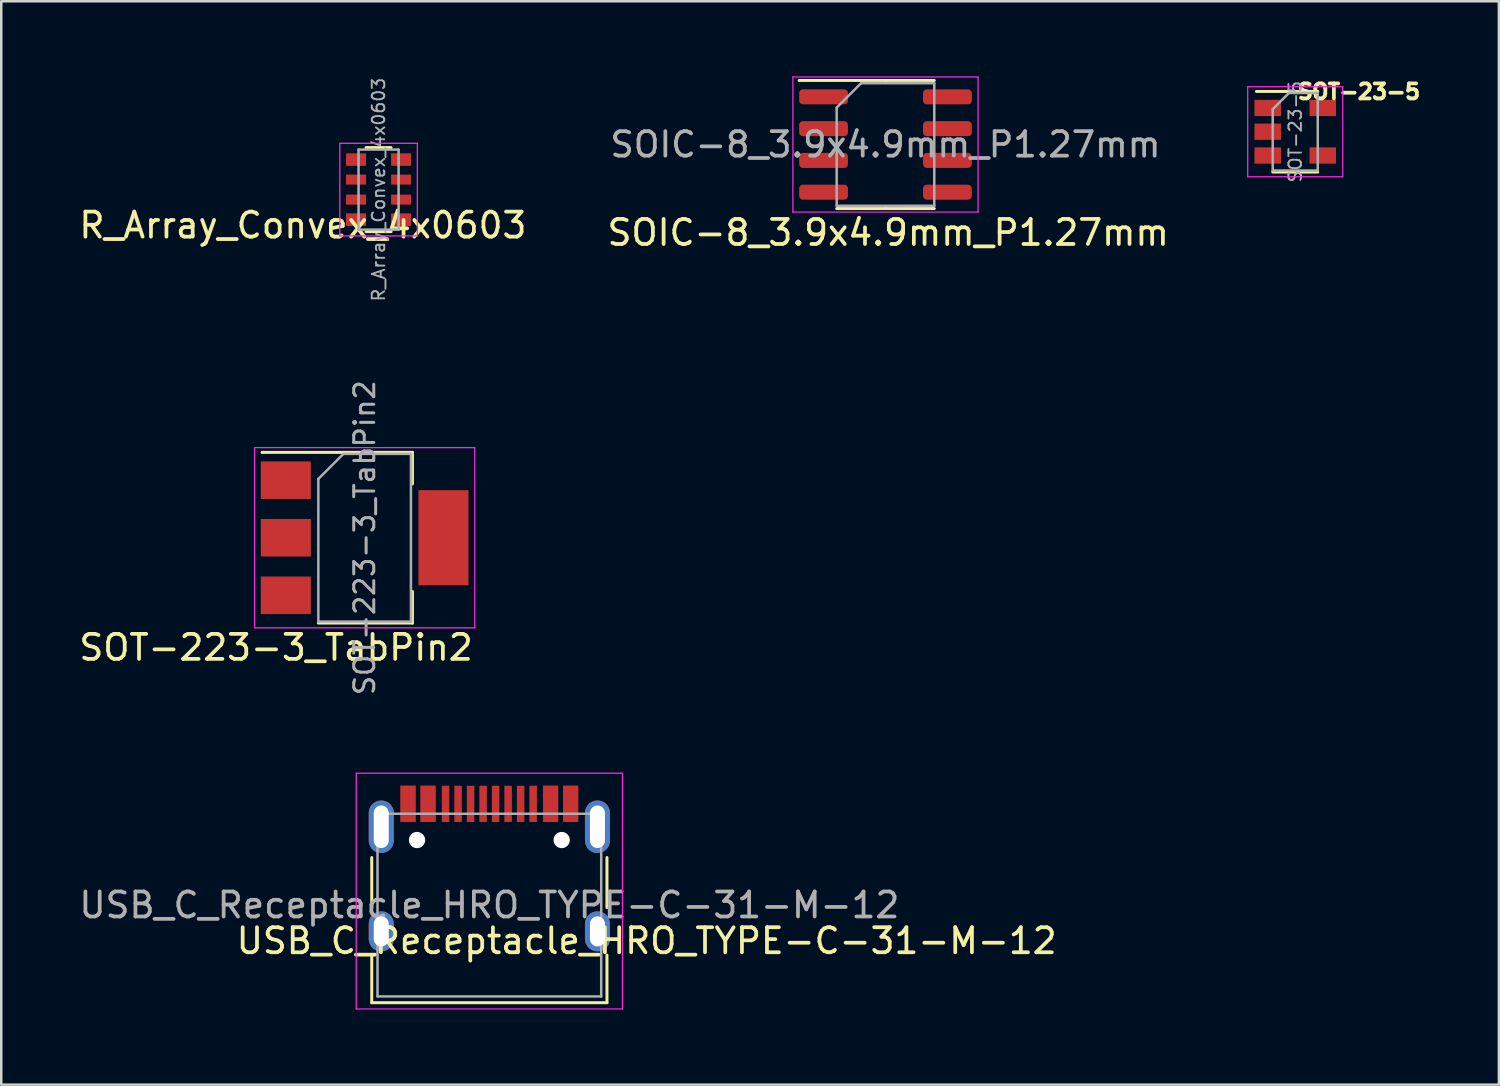
<source format=kicad_pcb>
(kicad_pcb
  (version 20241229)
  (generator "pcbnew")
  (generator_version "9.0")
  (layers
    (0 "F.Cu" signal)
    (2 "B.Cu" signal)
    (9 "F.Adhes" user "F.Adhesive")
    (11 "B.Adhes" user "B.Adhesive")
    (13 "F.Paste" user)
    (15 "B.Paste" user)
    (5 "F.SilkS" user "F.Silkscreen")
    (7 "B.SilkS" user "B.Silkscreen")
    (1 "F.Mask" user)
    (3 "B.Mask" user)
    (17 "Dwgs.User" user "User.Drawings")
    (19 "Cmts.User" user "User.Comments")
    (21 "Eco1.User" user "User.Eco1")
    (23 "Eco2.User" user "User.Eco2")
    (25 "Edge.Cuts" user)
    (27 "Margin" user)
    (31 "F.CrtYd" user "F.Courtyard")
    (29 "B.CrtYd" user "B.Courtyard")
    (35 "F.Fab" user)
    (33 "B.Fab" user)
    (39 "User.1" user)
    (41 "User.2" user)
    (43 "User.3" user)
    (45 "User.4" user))
  (footprint "R_Array_Convex_4x0603"
    (layer "F.Cu")
    (at 12.079 4.527)
    (property "Reference" "R_Array_Convex_4x0603" (at -3.025 1.425 0) (layer "F.SilkS") (effects (font (size 1 1) (thickness 0.15))))
    (attr smd)
    (fp_line (start 0.5 -1.68) (end -0.5 -1.68) (stroke (width 0.12) (type solid)) (layer "F.SilkS"))
    (fp_line (start 0.5 1.68) (end -0.5 1.68) (stroke (width 0.12) (type solid)) (layer "F.SilkS"))
    (fp_line (start -1.55 -1.85) (end -1.55 1.85) (stroke (width 0.05) (type solid)) (layer "F.CrtYd"))
    (fp_line (start -1.55 -1.85) (end 1.55 -1.85) (stroke (width 0.05) (type solid)) (layer "F.CrtYd"))
    (fp_line (start 1.55 1.85) (end -1.55 1.85) (stroke (width 0.05) (type solid)) (layer "F.CrtYd"))
    (fp_line (start 1.55 1.85) (end 1.55 -1.85) (stroke (width 0.05) (type solid)) (layer "F.CrtYd"))
    (fp_line (start -0.8 -1.6) (end 0.8 -1.6) (stroke (width 0.1) (type solid)) (layer "F.Fab"))
    (fp_line (start -0.8 1.6) (end -0.8 -1.6) (stroke (width 0.1) (type solid)) (layer "F.Fab"))
    (fp_line (start 0.8 -1.6) (end 0.8 1.6) (stroke (width 0.1) (type solid)) (layer "F.Fab"))
    (fp_line (start 0.8 1.6) (end -0.8 1.6) (stroke (width 0.1) (type solid)) (layer "F.Fab"))
    (fp_text user "${REFERENCE}" (at 0 0 270) (layer "F.Fab") (effects (font (size 0.5 0.5) (thickness 0.075))))
    (pad "1" smd rect (at -0.9 -1.2) (size 0.8 0.5) (layers "F.Cu" "F.Mask" "F.Paste"))
    (pad "2" smd rect (at -0.9 -0.4) (size 0.8 0.4) (layers "F.Cu" "F.Mask" "F.Paste"))
    (pad "3" smd rect (at -0.9 0.4) (size 0.8 0.4) (layers "F.Cu" "F.Mask" "F.Paste"))
    (pad "4" smd rect (at -0.9 1.2) (size 0.8 0.5) (layers "F.Cu" "F.Mask" "F.Paste"))
    (pad "5" smd rect (at 0.9 1.2) (size 0.8 0.5) (layers "F.Cu" "F.Mask" "F.Paste"))
    (pad "6" smd rect (at 0.9 0.4) (size 0.8 0.4) (layers "F.Cu" "F.Mask" "F.Paste"))
    (pad "7" smd rect (at 0.9 -0.4) (size 0.8 0.4) (layers "F.Cu" "F.Mask" "F.Paste"))
    (pad "8" smd rect (at 0.9 -1.2) (size 0.8 0.5) (layers "F.Cu" "F.Mask" "F.Paste")))
  (footprint "USB_C_Receptacle_HRO_TYPE-C-31-M-12"
    (layer "F.Cu")
    (at 16.506 33.12)
    (property "Reference" "USB_C_Receptacle_HRO_TYPE-C-31-M-12" (at 6.285 1.43 180) (layer "F.SilkS") (effects (font (size 1 1) (thickness 0.15))))
    (attr smd)
    (fp_line (start -4.7 -1.9) (end -4.7 0.1) (stroke (width 0.12) (type solid)) (layer "F.SilkS"))
    (fp_line (start -4.7 2) (end -4.7 3.9) (stroke (width 0.12) (type solid)) (layer "F.SilkS"))
    (fp_line (start -4.7 3.9) (end 4.7 3.9) (stroke (width 0.12) (type solid)) (layer "F.SilkS"))
    (fp_line (start 4.7 -1.9) (end 4.7 0.1) (stroke (width 0.12) (type solid)) (layer "F.SilkS"))
    (fp_line (start 4.7 2) (end 4.7 3.9) (stroke (width 0.12) (type solid)) (layer "F.SilkS"))
    (fp_line (start -5.32 -5.27) (end -5.32 4.15) (stroke (width 0.05) (type solid)) (layer "F.CrtYd"))
    (fp_line (start -5.32 -5.27) (end 5.32 -5.27) (stroke (width 0.05) (type solid)) (layer "F.CrtYd"))
    (fp_line (start -5.32 4.15) (end 5.32 4.15) (stroke (width 0.05) (type solid)) (layer "F.CrtYd"))
    (fp_line (start 5.32 -5.27) (end 5.32 4.15) (stroke (width 0.05) (type solid)) (layer "F.CrtYd"))
    (fp_line (start -4.47 -3.65) (end -4.47 3.65) (stroke (width 0.1) (type solid)) (layer "F.Fab"))
    (fp_line (start -4.47 -3.65) (end 4.47 -3.65) (stroke (width 0.1) (type solid)) (layer "F.Fab"))
    (fp_line (start -4.47 3.65) (end 4.47 3.65) (stroke (width 0.1) (type solid)) (layer "F.Fab"))
    (fp_line (start 4.47 -3.65) (end 4.47 3.65) (stroke (width 0.1) (type solid)) (layer "F.Fab"))
    (fp_text user "${REFERENCE}" (at 0 0 180) (layer "F.Fab") (effects (font (size 1 1) (thickness 0.15))))
    (pad "" np_thru_hole circle (at -2.89 -2.6) (size 0.65 0.65) (drill 0.65) (layers "*.Cu" "*.Mask"))
    (pad "" np_thru_hole circle (at 2.89 -2.6) (size 0.65 0.65) (drill 0.65) (layers "*.Cu" "*.Mask"))
    (pad "A1" smd rect (at -3.25 -4.045) (size 0.6 1.45) (layers "F.Cu" "F.Mask" "F.Paste"))
    (pad "A4" smd rect (at -2.45 -4.045) (size 0.6 1.45) (layers "F.Cu" "F.Mask" "F.Paste"))
    (pad "A5" smd rect (at -1.25 -4.045) (size 0.3 1.45) (layers "F.Cu" "F.Mask" "F.Paste"))
    (pad "A6" smd rect (at -0.25 -4.045) (size 0.3 1.45) (layers "F.Cu" "F.Mask" "F.Paste"))
    (pad "A7" smd rect (at 0.25 -4.045) (size 0.3 1.45) (layers "F.Cu" "F.Mask" "F.Paste"))
    (pad "A8" smd rect (at 1.25 -4.045) (size 0.3 1.45) (layers "F.Cu" "F.Mask" "F.Paste"))
    (pad "A9" smd rect (at 2.45 -4.045) (size 0.6 1.45) (layers "F.Cu" "F.Mask" "F.Paste"))
    (pad "A12" smd rect (at 3.25 -4.045) (size 0.6 1.45) (layers "F.Cu" "F.Mask" "F.Paste"))
    (pad "B1" smd rect (at 3.25 -4.045) (size 0.6 1.45) (layers "F.Cu" "F.Mask" "F.Paste"))
    (pad "B4" smd rect (at 2.45 -4.045) (size 0.6 1.45) (layers "F.Cu" "F.Mask" "F.Paste"))
    (pad "B5" smd rect (at 1.75 -4.045) (size 0.3 1.45) (layers "F.Cu" "F.Mask" "F.Paste"))
    (pad "B6" smd rect (at 0.75 -4.045) (size 0.3 1.45) (layers "F.Cu" "F.Mask" "F.Paste"))
    (pad "B7" smd rect (at -0.75 -4.045) (size 0.3 1.45) (layers "F.Cu" "F.Mask" "F.Paste"))
    (pad "B8" smd rect (at -1.75 -4.045) (size 0.3 1.45) (layers "F.Cu" "F.Mask" "F.Paste"))
    (pad "B9" smd rect (at -2.45 -4.045) (size 0.6 1.45) (layers "F.Cu" "F.Mask" "F.Paste"))
    (pad "B12" smd rect (at -3.25 -4.045) (size 0.6 1.45) (layers "F.Cu" "F.Mask" "F.Paste"))
    (pad "S1" thru_hole oval (at -4.32 -3.13) (size 1 2.1) (drill oval 0.6 1.7) (layers "*.Cu" "*.Mask"))
    (pad "S1" thru_hole oval (at -4.32 1.05) (size 1 1.6) (drill oval 0.6 1.2) (layers "*.Cu" "*.Mask"))
    (pad "S1" thru_hole oval (at 4.32 -3.13) (size 1 2.1) (drill oval 0.6 1.7) (layers "*.Cu" "*.Mask"))
    (pad "S1" thru_hole oval (at 4.32 1.05) (size 1 1.6) (drill oval 0.6 1.2) (layers "*.Cu" "*.Mask")))
  (footprint "SOIC-8_3.9x4.9mm_P1.27mm"
    (layer "F.Cu")
    (at 32.336 2.725)
    (property "Reference" "SOIC-8_3.9x4.9mm_P1.27mm" (at 0.11 3.52 180) (layer "F.SilkS") (effects (font (size 1 1) (thickness 0.15))))
    (attr smd)
    (fp_line (start 0 -2.56) (end -3.45 -2.56) (stroke (width 0.12) (type solid)) (layer "F.SilkS"))
    (fp_line (start 0 -2.56) (end 1.95 -2.56) (stroke (width 0.12) (type solid)) (layer "F.SilkS"))
    (fp_line (start 0 2.56) (end -1.95 2.56) (stroke (width 0.12) (type solid)) (layer "F.SilkS"))
    (fp_line (start 0 2.56) (end 1.95 2.56) (stroke (width 0.12) (type solid)) (layer "F.SilkS"))
    (fp_line (start -3.7 -2.7) (end -3.7 2.7) (stroke (width 0.05) (type solid)) (layer "F.CrtYd"))
    (fp_line (start -3.7 2.7) (end 3.7 2.7) (stroke (width 0.05) (type solid)) (layer "F.CrtYd"))
    (fp_line (start 3.7 -2.7) (end -3.7 -2.7) (stroke (width 0.05) (type solid)) (layer "F.CrtYd"))
    (fp_line (start 3.7 2.7) (end 3.7 -2.7) (stroke (width 0.05) (type solid)) (layer "F.CrtYd"))
    (fp_line (start -1.95 -1.475) (end -0.975 -2.45) (stroke (width 0.1) (type solid)) (layer "F.Fab"))
    (fp_line (start -1.95 2.45) (end -1.95 -1.475) (stroke (width 0.1) (type solid)) (layer "F.Fab"))
    (fp_line (start -0.975 -2.45) (end 1.95 -2.45) (stroke (width 0.1) (type solid)) (layer "F.Fab"))
    (fp_line (start 1.95 -2.45) (end 1.95 2.45) (stroke (width 0.1) (type solid)) (layer "F.Fab"))
    (fp_line (start 1.95 2.45) (end -1.95 2.45) (stroke (width 0.1) (type solid)) (layer "F.Fab"))
    (fp_text user "${REFERENCE}" (at 0 0 180) (layer "F.Fab") (effects (font (size 0.98 0.98) (thickness 0.15))))
    (pad "1" smd roundrect (at -2.475 -1.905) (size 1.95 0.6) (layers "F.Cu" "F.Mask" "F.Paste") (roundrect_rratio 0.25))
    (pad "2" smd roundrect (at -2.475 -0.635) (size 1.95 0.6) (layers "F.Cu" "F.Mask" "F.Paste") (roundrect_rratio 0.25))
    (pad "3" smd roundrect (at -2.475 0.635) (size 1.95 0.6) (layers "F.Cu" "F.Mask" "F.Paste") (roundrect_rratio 0.25))
    (pad "4" smd roundrect (at -2.475 1.905) (size 1.95 0.6) (layers "F.Cu" "F.Mask" "F.Paste") (roundrect_rratio 0.25))
    (pad "5" smd roundrect (at 2.475 1.905) (size 1.95 0.6) (layers "F.Cu" "F.Mask" "F.Paste") (roundrect_rratio 0.25))
    (pad "6" smd roundrect (at 2.475 0.635) (size 1.95 0.6) (layers "F.Cu" "F.Mask" "F.Paste") (roundrect_rratio 0.25))
    (pad "7" smd roundrect (at 2.475 -0.635) (size 1.95 0.6) (layers "F.Cu" "F.Mask" "F.Paste") (roundrect_rratio 0.25))
    (pad "8" smd roundrect (at 2.475 -1.905) (size 1.95 0.6) (layers "F.Cu" "F.Mask" "F.Paste") (roundrect_rratio 0.25)))
  (footprint "SOT-23-5"
    (layer "F.Cu")
    (at 48.711 2.214)
    (property "Reference" "SOT-23-5" (at 2.545 -1.6 180) (layer "F.SilkS") (effects (font (size 0.6 0.6) (thickness 0.15))))
    (attr smd)
    (fp_line (start -0.9 1.61) (end 0.9 1.61) (stroke (width 0.12) (type solid)) (layer "F.SilkS"))
    (fp_line (start 0.9 -1.61) (end -1.55 -1.61) (stroke (width 0.12) (type solid)) (layer "F.SilkS"))
    (fp_line (start -1.9 -1.8) (end 1.9 -1.8) (stroke (width 0.05) (type solid)) (layer "F.CrtYd"))
    (fp_line (start -1.9 1.8) (end -1.9 -1.8) (stroke (width 0.05) (type solid)) (layer "F.CrtYd"))
    (fp_line (start 1.9 -1.8) (end 1.9 1.8) (stroke (width 0.05) (type solid)) (layer "F.CrtYd"))
    (fp_line (start 1.9 1.8) (end -1.9 1.8) (stroke (width 0.05) (type solid)) (layer "F.CrtYd"))
    (fp_line (start -0.9 -0.9) (end -0.9 1.55) (stroke (width 0.1) (type solid)) (layer "F.Fab"))
    (fp_line (start -0.9 -0.9) (end -0.25 -1.55) (stroke (width 0.1) (type solid)) (layer "F.Fab"))
    (fp_line (start 0.9 -1.55) (end -0.25 -1.55) (stroke (width 0.1) (type solid)) (layer "F.Fab"))
    (fp_line (start 0.9 -1.55) (end 0.9 1.55) (stroke (width 0.1) (type solid)) (layer "F.Fab"))
    (fp_line (start 0.9 1.55) (end -0.9 1.55) (stroke (width 0.1) (type solid)) (layer "F.Fab"))
    (fp_text user "${REFERENCE}" (at 0 0 270) (layer "F.Fab") (effects (font (size 0.5 0.5) (thickness 0.075))))
    (pad "1" smd rect (at -1.1 -0.95) (size 1.06 0.65) (layers "F.Cu" "F.Mask" "F.Paste"))
    (pad "2" smd rect (at -1.1 0) (size 1.06 0.65) (layers "F.Cu" "F.Mask" "F.Paste"))
    (pad "3" smd rect (at -1.1 0.95) (size 1.06 0.65) (layers "F.Cu" "F.Mask" "F.Paste"))
    (pad "4" smd rect (at 1.1 0.95) (size 1.06 0.65) (layers "F.Cu" "F.Mask" "F.Paste"))
    (pad "5" smd rect (at 1.1 -0.95) (size 1.06 0.65) (layers "F.Cu" "F.Mask" "F.Paste")))
  (footprint "SOT-223-3_TabPin2"
    (layer "F.Cu")
    (at 11.522 18.439)
    (property "Reference" "SOT-223-3_TabPin2" (at -3.54 4.387 180) (layer "F.SilkS") (effects (font (size 1 1) (thickness 0.15))))
    (attr smd)
    (fp_line (start -4.1 -3.41) (end 1.91 -3.41) (stroke (width 0.12) (type solid)) (layer "F.SilkS"))
    (fp_line (start -1.85 3.41) (end 1.91 3.41) (stroke (width 0.12) (type solid)) (layer "F.SilkS"))
    (fp_line (start 1.91 -3.41) (end 1.91 -2.15) (stroke (width 0.12) (type solid)) (layer "F.SilkS"))
    (fp_line (start 1.91 3.41) (end 1.91 2.15) (stroke (width 0.12) (type solid)) (layer "F.SilkS"))
    (fp_line (start -4.4 -3.6) (end -4.4 3.6) (stroke (width 0.05) (type solid)) (layer "F.CrtYd"))
    (fp_line (start -4.4 3.6) (end 4.4 3.6) (stroke (width 0.05) (type solid)) (layer "F.CrtYd"))
    (fp_line (start 4.4 -3.6) (end -4.4 -3.6) (stroke (width 0.05) (type solid)) (layer "F.CrtYd"))
    (fp_line (start 4.4 3.6) (end 4.4 -3.6) (stroke (width 0.05) (type solid)) (layer "F.CrtYd"))
    (fp_line (start -1.85 -2.35) (end -1.85 3.35) (stroke (width 0.1) (type solid)) (layer "F.Fab"))
    (fp_line (start -1.85 -2.35) (end -0.85 -3.35) (stroke (width 0.1) (type solid)) (layer "F.Fab"))
    (fp_line (start -1.85 3.35) (end 1.85 3.35) (stroke (width 0.1) (type solid)) (layer "F.Fab"))
    (fp_line (start -0.85 -3.35) (end 1.85 -3.35) (stroke (width 0.1) (type solid)) (layer "F.Fab"))
    (fp_line (start 1.85 -3.35) (end 1.85 3.35) (stroke (width 0.1) (type solid)) (layer "F.Fab"))
    (fp_text user "${REFERENCE}" (at 0 0 90) (layer "F.Fab") (effects (font (size 0.8 0.8) (thickness 0.12))))
    (pad "1" smd rect (at -3.15 -2.3) (size 2 1.5) (layers "F.Cu" "F.Mask" "F.Paste"))
    (pad "2" smd rect (at -3.15 0) (size 2 1.5) (layers "F.Cu" "F.Mask" "F.Paste"))
    (pad "2" smd rect (at 3.15 0) (size 2 3.8) (layers "F.Cu" "F.Mask" "F.Paste"))
    (pad "3" smd rect (at -3.15 2.3) (size 2 1.5) (layers "F.Cu" "F.Mask" "F.Paste")))
  (gr_rect
    (start -3 -3)
    (end 56.849 40.295)
    (stroke (width 0.1) (type default))
    (fill no)
    (layer "Edge.Cuts")))
</source>
